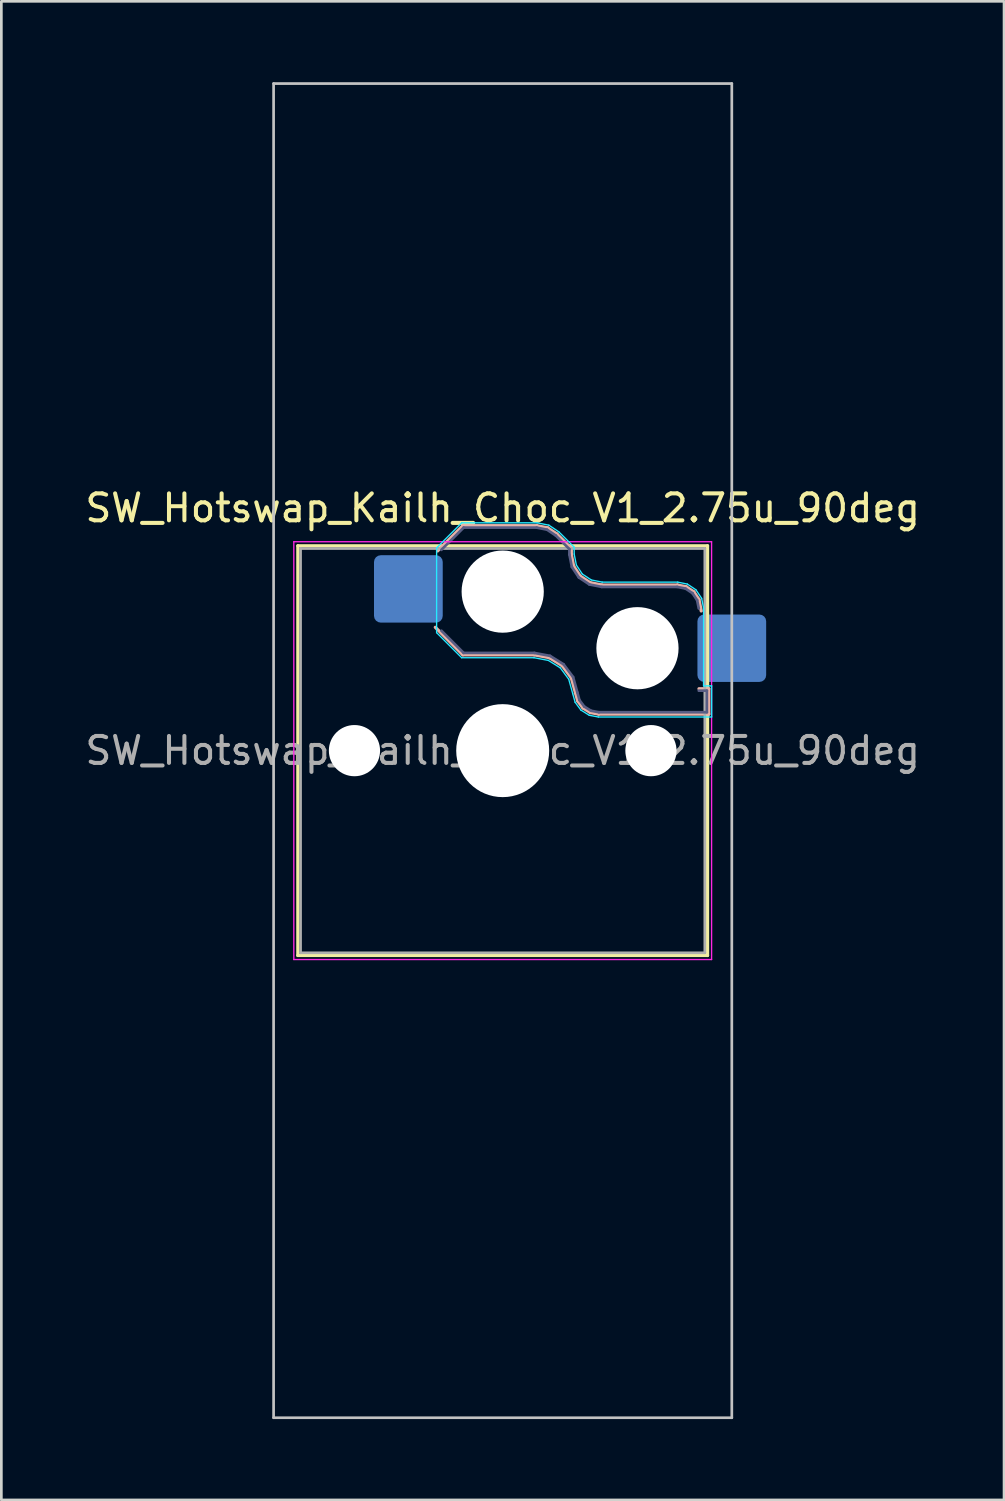
<source format=kicad_pcb>
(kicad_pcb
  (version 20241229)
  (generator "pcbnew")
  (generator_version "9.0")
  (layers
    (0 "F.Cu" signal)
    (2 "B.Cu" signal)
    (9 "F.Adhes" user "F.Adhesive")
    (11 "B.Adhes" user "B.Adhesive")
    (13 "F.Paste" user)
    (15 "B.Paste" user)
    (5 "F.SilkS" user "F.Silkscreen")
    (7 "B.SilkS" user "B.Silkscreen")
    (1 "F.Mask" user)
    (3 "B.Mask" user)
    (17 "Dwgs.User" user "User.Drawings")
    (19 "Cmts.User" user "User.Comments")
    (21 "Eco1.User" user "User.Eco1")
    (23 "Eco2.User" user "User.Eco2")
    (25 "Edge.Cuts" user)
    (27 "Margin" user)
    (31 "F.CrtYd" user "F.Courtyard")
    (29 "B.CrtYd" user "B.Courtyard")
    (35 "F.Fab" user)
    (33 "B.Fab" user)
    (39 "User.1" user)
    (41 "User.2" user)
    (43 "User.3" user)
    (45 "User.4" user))
  (footprint "SW_Hotswap_Kailh_Choc_V1_2.75u_90deg"
    (layer "F.Cu")
    (at 15.601 24.8)
    (property "Reference" "SW_Hotswap_Kailh_Choc_V1_2.75u_90deg" (at 0 -9 0) (layer "F.SilkS") (effects (font (size 1 1) (thickness 0.15))))
    (attr smd)
    (fp_line (start -7.6 -7.6) (end -7.6 7.6) (stroke (width 0.12) (type solid)) (layer "F.SilkS"))
    (fp_line (start -7.6 7.6) (end 7.6 7.6) (stroke (width 0.12) (type solid)) (layer "F.SilkS"))
    (fp_line (start 7.6 -7.6) (end -7.6 -7.6) (stroke (width 0.12) (type solid)) (layer "F.SilkS"))
    (fp_line (start 7.6 7.6) (end 7.6 -7.6) (stroke (width 0.12) (type solid)) (layer "F.SilkS"))
    (fp_line (start -2.416 -7.409) (end -1.479 -8.346) (stroke (width 0.12) (type solid)) (layer "B.SilkS"))
    (fp_line (start -1.479 -8.346) (end 1.268 -8.346) (stroke (width 0.12) (type solid)) (layer "B.SilkS"))
    (fp_line (start -1.479 -3.554) (end -2.5 -4.575) (stroke (width 0.12) (type solid)) (layer "B.SilkS"))
    (fp_line (start 1.168 -3.554) (end -1.479 -3.554) (stroke (width 0.12) (type solid)) (layer "B.SilkS"))
    (fp_line (start 1.268 -8.346) (end 1.671 -8.266) (stroke (width 0.12) (type solid)) (layer "B.SilkS"))
    (fp_line (start 1.671 -8.266) (end 2.013 -8.037) (stroke (width 0.12) (type solid)) (layer "B.SilkS"))
    (fp_line (start 1.73 -3.449) (end 1.168 -3.554) (stroke (width 0.12) (type solid)) (layer "B.SilkS"))
    (fp_line (start 2.013 -8.037) (end 2.546 -7.504) (stroke (width 0.12) (type solid)) (layer "B.SilkS"))
    (fp_line (start 2.209 -3.15) (end 1.73 -3.449) (stroke (width 0.12) (type solid)) (layer "B.SilkS"))
    (fp_line (start 2.546 -7.504) (end 2.546 -7.282) (stroke (width 0.12) (type solid)) (layer "B.SilkS"))
    (fp_line (start 2.546 -7.282) (end 2.633 -6.844) (stroke (width 0.12) (type solid)) (layer "B.SilkS"))
    (fp_line (start 2.547 -2.697) (end 2.209 -3.15) (stroke (width 0.12) (type solid)) (layer "B.SilkS"))
    (fp_line (start 2.633 -6.844) (end 2.877 -6.477) (stroke (width 0.12) (type solid)) (layer "B.SilkS"))
    (fp_line (start 2.701 -2.139) (end 2.547 -2.697) (stroke (width 0.12) (type solid)) (layer "B.SilkS"))
    (fp_line (start 2.783 -1.841) (end 2.701 -2.139) (stroke (width 0.12) (type solid)) (layer "B.SilkS"))
    (fp_line (start 2.877 -6.477) (end 3.244 -6.233) (stroke (width 0.12) (type solid)) (layer "B.SilkS"))
    (fp_line (start 2.976 -1.583) (end 2.783 -1.841) (stroke (width 0.12) (type solid)) (layer "B.SilkS"))
    (fp_line (start 3.244 -6.233) (end 3.682 -6.146) (stroke (width 0.12) (type solid)) (layer "B.SilkS"))
    (fp_line (start 3.25 -1.413) (end 2.976 -1.583) (stroke (width 0.12) (type solid)) (layer "B.SilkS"))
    (fp_line (start 3.56 -1.354) (end 3.25 -1.413) (stroke (width 0.12) (type solid)) (layer "B.SilkS"))
    (fp_line (start 3.682 -6.146) (end 6.482 -6.146) (stroke (width 0.12) (type solid)) (layer "B.SilkS"))
    (fp_line (start 6.482 -6.146) (end 6.809 -6.081) (stroke (width 0.12) (type solid)) (layer "B.SilkS"))
    (fp_line (start 6.809 -6.081) (end 7.092 -5.892) (stroke (width 0.12) (type solid)) (layer "B.SilkS"))
    (fp_line (start 7.092 -5.892) (end 7.281 -5.609) (stroke (width 0.12) (type solid)) (layer "B.SilkS"))
    (fp_line (start 7.281 -5.609) (end 7.366 -5.182) (stroke (width 0.12) (type solid)) (layer "B.SilkS"))
    (fp_line (start 7.283 -2.296) (end 7.646 -2.296) (stroke (width 0.12) (type solid)) (layer "B.SilkS"))
    (fp_line (start 7.646 -2.296) (end 7.646 -1.354) (stroke (width 0.12) (type solid)) (layer "B.SilkS"))
    (fp_line (start 7.646 -1.354) (end 3.56 -1.354) (stroke (width 0.12) (type solid)) (layer "B.SilkS"))
    (fp_line (start -8.5 -24.75) (end 8.5 -24.75) (stroke (width 0.1) (type solid)) (layer "Dwgs.User"))
    (fp_line (start -8.5 24.75) (end -8.5 -24.75) (stroke (width 0.1) (type solid)) (layer "Dwgs.User"))
    (fp_line (start 8.5 -24.75) (end 8.5 24.75) (stroke (width 0.1) (type solid)) (layer "Dwgs.User"))
    (fp_line (start 8.5 24.75) (end -8.5 24.75) (stroke (width 0.1) (type solid)) (layer "Dwgs.User"))
    (fp_line (start -7.25 -7.25) (end -7.25 7.25) (stroke (width 0.1) (type solid)) (layer "Eco1.User"))
    (fp_line (start -7.25 7.25) (end 7.25 7.25) (stroke (width 0.1) (type solid)) (layer "Eco1.User"))
    (fp_line (start 7.25 -7.25) (end -7.25 -7.25) (stroke (width 0.1) (type solid)) (layer "Eco1.User"))
    (fp_line (start 7.25 7.25) (end 7.25 -7.25) (stroke (width 0.1) (type solid)) (layer "Eco1.User"))
    (fp_line (start -2.452 -7.523) (end -1.523 -8.452) (stroke (width 0.05) (type solid)) (layer "B.CrtYd"))
    (fp_line (start -2.452 -4.377) (end -2.452 -7.523) (stroke (width 0.05) (type solid)) (layer "B.CrtYd"))
    (fp_line (start -1.523 -8.452) (end 1.278 -8.452) (stroke (width 0.05) (type solid)) (layer "B.CrtYd"))
    (fp_line (start -1.523 -3.448) (end -2.452 -4.377) (stroke (width 0.05) (type solid)) (layer "B.CrtYd"))
    (fp_line (start 1.159 -3.448) (end -1.523 -3.448) (stroke (width 0.05) (type solid)) (layer "B.CrtYd"))
    (fp_line (start 1.278 -8.452) (end 1.712 -8.366) (stroke (width 0.05) (type solid)) (layer "B.CrtYd"))
    (fp_line (start 1.691 -3.348) (end 1.159 -3.448) (stroke (width 0.05) (type solid)) (layer "B.CrtYd"))
    (fp_line (start 1.712 -8.366) (end 2.081 -8.119) (stroke (width 0.05) (type solid)) (layer "B.CrtYd"))
    (fp_line (start 2.081 -8.119) (end 2.652 -7.548) (stroke (width 0.05) (type solid)) (layer "B.CrtYd"))
    (fp_line (start 2.136 -3.071) (end 1.691 -3.348) (stroke (width 0.05) (type solid)) (layer "B.CrtYd"))
    (fp_line (start 2.45 -2.65) (end 2.136 -3.071) (stroke (width 0.05) (type solid)) (layer "B.CrtYd"))
    (fp_line (start 2.599 -2.111) (end 2.45 -2.65) (stroke (width 0.05) (type solid)) (layer "B.CrtYd"))
    (fp_line (start 2.652 -7.548) (end 2.652 -7.292) (stroke (width 0.05) (type solid)) (layer "B.CrtYd"))
    (fp_line (start 2.652 -7.292) (end 2.733 -6.885) (stroke (width 0.05) (type solid)) (layer "B.CrtYd"))
    (fp_line (start 2.687 -1.794) (end 2.599 -2.111) (stroke (width 0.05) (type solid)) (layer "B.CrtYd"))
    (fp_line (start 2.733 -6.885) (end 2.953 -6.553) (stroke (width 0.05) (type solid)) (layer "B.CrtYd"))
    (fp_line (start 2.903 -1.503) (end 2.687 -1.794) (stroke (width 0.05) (type solid)) (layer "B.CrtYd"))
    (fp_line (start 2.953 -6.553) (end 3.285 -6.333) (stroke (width 0.05) (type solid)) (layer "B.CrtYd"))
    (fp_line (start 3.211 -1.312) (end 2.903 -1.503) (stroke (width 0.05) (type solid)) (layer "B.CrtYd"))
    (fp_line (start 3.285 -6.333) (end 3.692 -6.252) (stroke (width 0.05) (type solid)) (layer "B.CrtYd"))
    (fp_line (start 3.55 -1.248) (end 3.211 -1.312) (stroke (width 0.05) (type solid)) (layer "B.CrtYd"))
    (fp_line (start 3.692 -6.252) (end 6.492 -6.252) (stroke (width 0.05) (type solid)) (layer "B.CrtYd"))
    (fp_line (start 6.492 -6.252) (end 6.85 -6.181) (stroke (width 0.05) (type solid)) (layer "B.CrtYd"))
    (fp_line (start 6.85 -6.181) (end 7.168 -5.968) (stroke (width 0.05) (type solid)) (layer "B.CrtYd"))
    (fp_line (start 7.168 -5.968) (end 7.381 -5.65) (stroke (width 0.05) (type solid)) (layer "B.CrtYd"))
    (fp_line (start 7.381 -5.65) (end 7.452 -5.292) (stroke (width 0.05) (type solid)) (layer "B.CrtYd"))
    (fp_line (start 7.452 -5.292) (end 7.452 -2.402) (stroke (width 0.05) (type solid)) (layer "B.CrtYd"))
    (fp_line (start 7.452 -2.402) (end 7.752 -2.402) (stroke (width 0.05) (type solid)) (layer "B.CrtYd"))
    (fp_line (start 7.752 -2.402) (end 7.752 -1.248) (stroke (width 0.05) (type solid)) (layer "B.CrtYd"))
    (fp_line (start 7.752 -1.248) (end 3.55 -1.248) (stroke (width 0.05) (type solid)) (layer "B.CrtYd"))
    (fp_line (start -7.75 -7.75) (end -7.75 7.75) (stroke (width 0.05) (type solid)) (layer "F.CrtYd"))
    (fp_line (start -7.75 7.75) (end 7.75 7.75) (stroke (width 0.05) (type solid)) (layer "F.CrtYd"))
    (fp_line (start 7.75 -7.75) (end -7.75 -7.75) (stroke (width 0.05) (type solid)) (layer "F.CrtYd"))
    (fp_line (start 7.75 7.75) (end 7.75 -7.75) (stroke (width 0.05) (type solid)) (layer "F.CrtYd"))
    (fp_line (start -2.275 -7.45) (end -1.45 -8.275) (stroke (width 0.1) (type solid)) (layer "B.Fab"))
    (fp_line (start -1.45 -8.275) (end 1.261 -8.275) (stroke (width 0.1) (type solid)) (layer "B.Fab"))
    (fp_line (start -1.45 -3.625) (end -2.275 -4.45) (stroke (width 0.1) (type solid)) (layer "B.Fab"))
    (fp_line (start 1.175 -3.625) (end -1.45 -3.625) (stroke (width 0.1) (type solid)) (layer "B.Fab"))
    (fp_line (start 1.261 -8.275) (end 1.643 -8.199) (stroke (width 0.1) (type solid)) (layer "B.Fab"))
    (fp_line (start 1.643 -8.199) (end 1.968 -7.982) (stroke (width 0.1) (type solid)) (layer "B.Fab"))
    (fp_line (start 1.756 -3.516) (end 1.175 -3.625) (stroke (width 0.1) (type solid)) (layer "B.Fab"))
    (fp_line (start 1.968 -7.982) (end 2.475 -7.475) (stroke (width 0.1) (type solid)) (layer "B.Fab"))
    (fp_line (start 2.258 -3.203) (end 1.756 -3.516) (stroke (width 0.1) (type solid)) (layer "B.Fab"))
    (fp_line (start 2.475 -7.475) (end 2.475 -7.275) (stroke (width 0.1) (type solid)) (layer "B.Fab"))
    (fp_line (start 2.475 -7.275) (end 2.566 -6.816) (stroke (width 0.1) (type solid)) (layer "B.Fab"))
    (fp_line (start 2.566 -6.816) (end 2.826 -6.426) (stroke (width 0.1) (type solid)) (layer "B.Fab"))
    (fp_line (start 2.612 -2.729) (end 2.258 -3.203) (stroke (width 0.1) (type solid)) (layer "B.Fab"))
    (fp_line (start 2.769 -2.158) (end 2.612 -2.729) (stroke (width 0.1) (type solid)) (layer "B.Fab"))
    (fp_line (start 2.826 -6.426) (end 3.216 -6.166) (stroke (width 0.1) (type solid)) (layer "B.Fab"))
    (fp_line (start 2.848 -1.873) (end 2.769 -2.158) (stroke (width 0.1) (type solid)) (layer "B.Fab"))
    (fp_line (start 3.025 -1.636) (end 2.848 -1.873) (stroke (width 0.1) (type solid)) (layer "B.Fab"))
    (fp_line (start 3.216 -6.166) (end 3.675 -6.075) (stroke (width 0.1) (type solid)) (layer "B.Fab"))
    (fp_line (start 3.276 -1.48) (end 3.025 -1.636) (stroke (width 0.1) (type solid)) (layer "B.Fab"))
    (fp_line (start 3.567 -1.425) (end 3.276 -1.48) (stroke (width 0.1) (type solid)) (layer "B.Fab"))
    (fp_line (start 3.675 -6.075) (end 6.475 -6.075) (stroke (width 0.1) (type solid)) (layer "B.Fab"))
    (fp_line (start 6.475 -6.075) (end 6.781 -6.014) (stroke (width 0.1) (type solid)) (layer "B.Fab"))
    (fp_line (start 6.781 -6.014) (end 7.041 -5.841) (stroke (width 0.1) (type solid)) (layer "B.Fab"))
    (fp_line (start 7.041 -5.841) (end 7.214 -5.581) (stroke (width 0.1) (type solid)) (layer "B.Fab"))
    (fp_line (start 7.214 -5.581) (end 7.275 -5.275) (stroke (width 0.1) (type solid)) (layer "B.Fab"))
    (fp_line (start 7.275 -2.225) (end 7.575 -2.225) (stroke (width 0.1) (type solid)) (layer "B.Fab"))
    (fp_line (start 7.575 -2.225) (end 7.575 -1.425) (stroke (width 0.1) (type solid)) (layer "B.Fab"))
    (fp_line (start 7.575 -1.425) (end 3.567 -1.425) (stroke (width 0.1) (type solid)) (layer "B.Fab"))
    (fp_line (start -7.5 -7.5) (end -7.5 7.5) (stroke (width 0.1) (type solid)) (layer "F.Fab"))
    (fp_line (start -7.5 7.5) (end 7.5 7.5) (stroke (width 0.1) (type solid)) (layer "F.Fab"))
    (fp_line (start 7.5 -7.5) (end -7.5 -7.5) (stroke (width 0.1) (type solid)) (layer "F.Fab"))
    (fp_line (start 7.5 7.5) (end 7.5 -7.5) (stroke (width 0.1) (type solid)) (layer "F.Fab"))
    (fp_text user "${REFERENCE}" (at 0 0 0) (layer "F.Fab") (effects (font (size 1 1) (thickness 0.15))))
    (pad "" np_thru_hole circle (at -5.5 0) (size 1.9 1.9) (drill 1.9) (layers "*.Cu" "*.Mask"))
    (pad "" np_thru_hole circle (at 0 -5.9) (size 3.05 3.05) (drill 3.05) (layers "*.Cu" "*.Mask"))
    (pad "" np_thru_hole circle (at 0 0) (size 3.45 3.45) (drill 3.45) (layers "*.Cu" "*.Mask"))
    (pad "" np_thru_hole circle (at 5 -3.8) (size 3.05 3.05) (drill 3.05) (layers "*.Cu" "*.Mask"))
    (pad "" np_thru_hole circle (at 5.5 0) (size 1.9 1.9) (drill 1.9) (layers "*.Cu" "*.Mask"))
    (pad "1" smd roundrect (at -3.5 -6) (size 2.55 2.5) (layers "B.Cu" "B.Mask" "B.Paste") (roundrect_rratio 0.1))
    (pad "2" smd roundrect (at 8.5 -3.8) (size 2.55 2.5) (layers "B.Cu" "B.Mask" "B.Paste") (roundrect_rratio 0.1)))
  (gr_rect
    (start -3 -3)
    (end 34.202 52.6)
    (stroke (width 0.1) (type default))
    (fill no)
    (layer "Edge.Cuts")))
</source>
